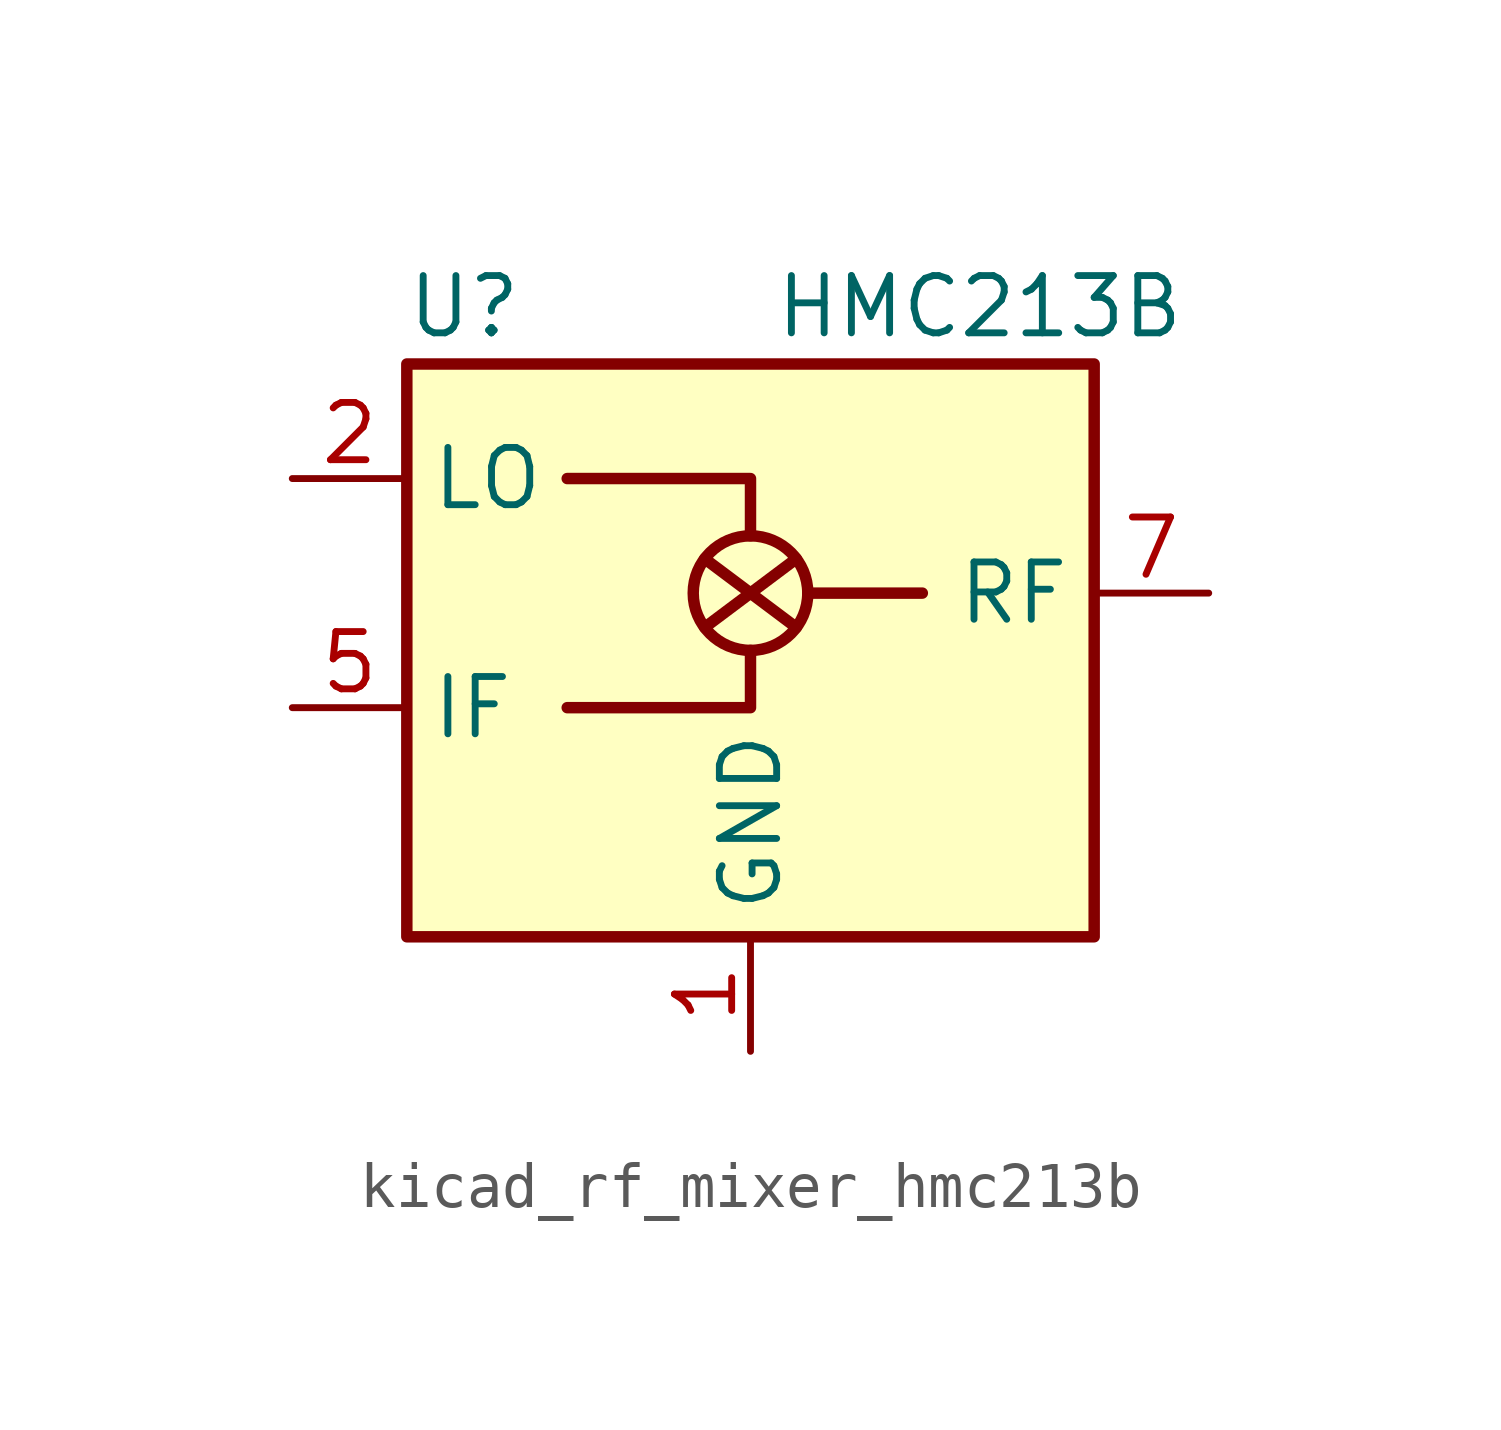
<source format=kicad_sym>
(kicad_symbol_lib
  (version 20220914)
  (generator kicad_symbol_editor)
  (symbol "kicad_rf_mixer_hmc213b"
    (property "Reference" "U"
      (at -6.35 8.89 0)
      (effects (font (size 1.27 1.27))))
    (property "Value" "HMC213B"
      (at 5.08 8.89 0)
      (effects (font (size 1.27 1.27))))
    (symbol "kicad_rf_mixer_hmc213b_0_1"
      (rectangle (start -7.62 7.62) (end 7.62 -5.08) (stroke (width 0.254) (type default)) (fill (type background)))
      (polyline (pts (xy -1.016 1.778) (xy 1.016 3.302)) (stroke (width 0.254) (type default)) (fill (type none)))
      (polyline (pts (xy -1.016 3.302) (xy 1.016 1.778)) (stroke (width 0.254) (type default)) (fill (type none)))
      (polyline (pts (xy 1.27 2.54) (xy 3.81 2.54)) (stroke (width 0.254) (type default)) (fill (type none)))
      (polyline (pts (xy 0 1.27) (xy 0 0) (xy -4.064 0)) (stroke (width 0.254) (type default)) (fill (type none)))
      (polyline (pts (xy 0 3.81) (xy 0 5.08) (xy -4.064 5.08)) (stroke (width 0.254) (type default)) (fill (type none)))
      (circle (center 0 2.54) (radius 1.27) (stroke (width 0.254) (type default)) (fill (type none))))
    (symbol "kicad_rf_mixer_hmc213b_1_1"
      (pin power_in line (at 0 -7.62 90) (length 2.54) (name "GND" (effects (font (size 1.27 1.27)))) (number "1" (effects (font (size 1.27 1.27)))))
      (pin passive line (at -10.16 5.08 0) (length 2.54) (name "LO" (effects (font (size 1.27 1.27)))) (number "2" (effects (font (size 1.27 1.27)))))
      (pin passive line (at 0 -7.62 90) (length 2.54) hide (name "GND" (effects (font (size 1.27 1.27)))) (number "3" (effects (font (size 1.27 1.27)))))
      (pin no_connect line (at 5.08 -5.08 90) (length 2.54) hide (name "NC" (effects (font (size 1.27 1.27)))) (number "4" (effects (font (size 1.27 1.27)))))
      (pin passive line (at -10.16 0 0) (length 2.54) (name "IF" (effects (font (size 1.27 1.27)))) (number "5" (effects (font (size 1.27 1.27)))))
      (pin passive line (at 0 -7.62 90) (length 2.54) hide (name "GND" (effects (font (size 1.27 1.27)))) (number "6" (effects (font (size 1.27 1.27)))))
      (pin passive line (at 10.16 2.54 180) (length 2.54) (name "RF" (effects (font (size 1.27 1.27)))) (number "7" (effects (font (size 1.27 1.27)))))
      (pin passive line (at 0 -7.62 90) (length 2.54) hide (name "GND" (effects (font (size 1.27 1.27)))) (number "8" (effects (font (size 1.27 1.27))))))))
</source>
